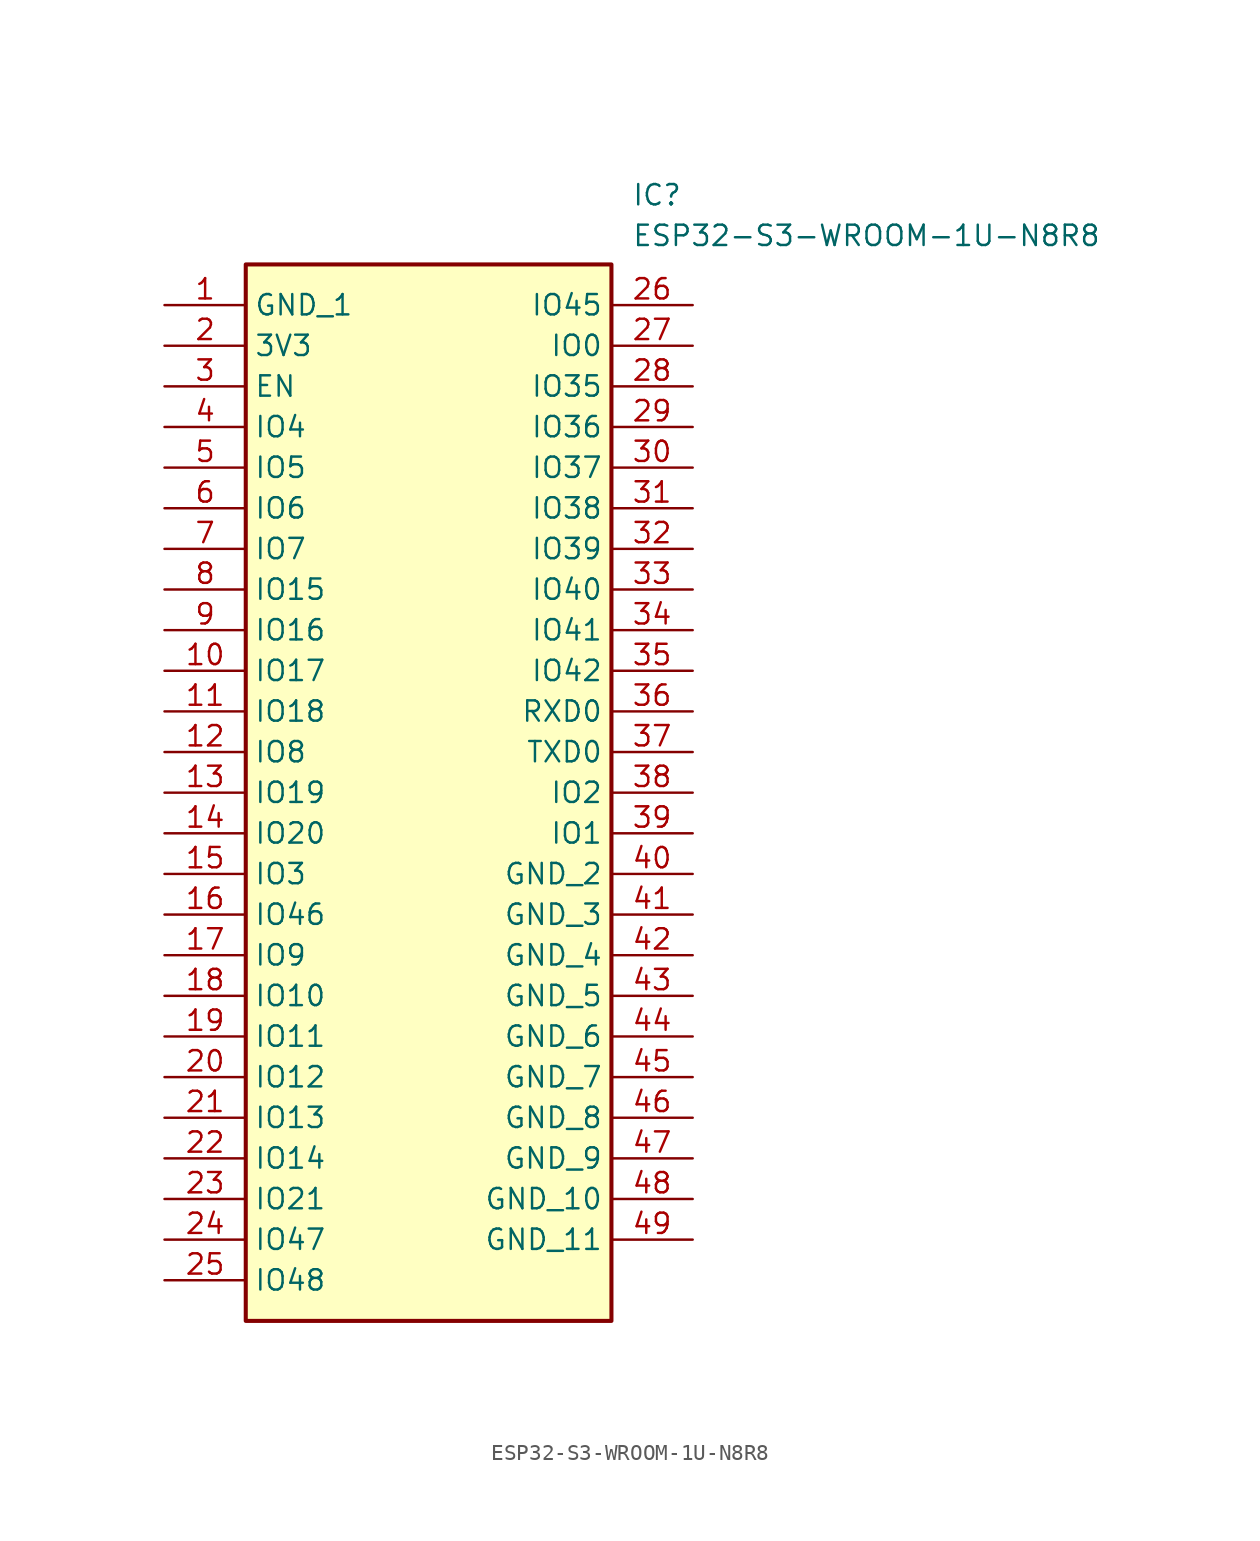
<source format=kicad_sym>
(kicad_symbol_lib
  (version 20241209)
  (generator "kicad_symbol_editor")
  (generator_version "9.0")
  (symbol "ESP32-S3-WROOM-1U-N8R8"
    (property "Reference" "IC"
      (at 29.21 7.62 0)
      (effects (font (size 1.27 1.27)) (justify left top)))
    (property "Value" "ESP32-S3-WROOM-1U-N8R8"
      (at 29.21 5.08 0)
      (effects (font (size 1.27 1.27)) (justify left top)))
    (symbol "ESP32-S3-WROOM-1U-N8R8_1_1"
      (rectangle (start 5.08 2.54) (end 27.94 -63.5) (stroke (width 0.254) (type default)) (fill (type background)))
      (pin passive line (at 0 0 0) (length 5.08) (name "GND_1" (effects (font (size 1.27 1.27)))) (number "1" (effects (font (size 1.27 1.27)))))
      (pin passive line (at 0 -2.54 0) (length 5.08) (name "3V3" (effects (font (size 1.27 1.27)))) (number "2" (effects (font (size 1.27 1.27)))))
      (pin passive line (at 0 -5.08 0) (length 5.08) (name "EN" (effects (font (size 1.27 1.27)))) (number "3" (effects (font (size 1.27 1.27)))))
      (pin passive line (at 0 -7.62 0) (length 5.08) (name "IO4" (effects (font (size 1.27 1.27)))) (number "4" (effects (font (size 1.27 1.27)))))
      (pin passive line (at 0 -10.16 0) (length 5.08) (name "IO5" (effects (font (size 1.27 1.27)))) (number "5" (effects (font (size 1.27 1.27)))))
      (pin passive line (at 0 -12.7 0) (length 5.08) (name "IO6" (effects (font (size 1.27 1.27)))) (number "6" (effects (font (size 1.27 1.27)))))
      (pin passive line (at 0 -15.24 0) (length 5.08) (name "IO7" (effects (font (size 1.27 1.27)))) (number "7" (effects (font (size 1.27 1.27)))))
      (pin passive line (at 0 -17.78 0) (length 5.08) (name "IO15" (effects (font (size 1.27 1.27)))) (number "8" (effects (font (size 1.27 1.27)))))
      (pin passive line (at 0 -20.32 0) (length 5.08) (name "IO16" (effects (font (size 1.27 1.27)))) (number "9" (effects (font (size 1.27 1.27)))))
      (pin passive line (at 0 -22.86 0) (length 5.08) (name "IO17" (effects (font (size 1.27 1.27)))) (number "10" (effects (font (size 1.27 1.27)))))
      (pin passive line (at 0 -25.4 0) (length 5.08) (name "IO18" (effects (font (size 1.27 1.27)))) (number "11" (effects (font (size 1.27 1.27)))))
      (pin passive line (at 0 -27.94 0) (length 5.08) (name "IO8" (effects (font (size 1.27 1.27)))) (number "12" (effects (font (size 1.27 1.27)))))
      (pin passive line (at 0 -30.48 0) (length 5.08) (name "IO19" (effects (font (size 1.27 1.27)))) (number "13" (effects (font (size 1.27 1.27)))))
      (pin passive line (at 0 -33.02 0) (length 5.08) (name "IO20" (effects (font (size 1.27 1.27)))) (number "14" (effects (font (size 1.27 1.27)))))
      (pin passive line (at 0 -35.56 0) (length 5.08) (name "IO3" (effects (font (size 1.27 1.27)))) (number "15" (effects (font (size 1.27 1.27)))))
      (pin passive line (at 0 -38.1 0) (length 5.08) (name "IO46" (effects (font (size 1.27 1.27)))) (number "16" (effects (font (size 1.27 1.27)))))
      (pin passive line (at 0 -40.64 0) (length 5.08) (name "IO9" (effects (font (size 1.27 1.27)))) (number "17" (effects (font (size 1.27 1.27)))))
      (pin passive line (at 0 -43.18 0) (length 5.08) (name "IO10" (effects (font (size 1.27 1.27)))) (number "18" (effects (font (size 1.27 1.27)))))
      (pin passive line (at 0 -45.72 0) (length 5.08) (name "IO11" (effects (font (size 1.27 1.27)))) (number "19" (effects (font (size 1.27 1.27)))))
      (pin passive line (at 0 -48.26 0) (length 5.08) (name "IO12" (effects (font (size 1.27 1.27)))) (number "20" (effects (font (size 1.27 1.27)))))
      (pin passive line (at 0 -50.8 0) (length 5.08) (name "IO13" (effects (font (size 1.27 1.27)))) (number "21" (effects (font (size 1.27 1.27)))))
      (pin passive line (at 0 -53.34 0) (length 5.08) (name "IO14" (effects (font (size 1.27 1.27)))) (number "22" (effects (font (size 1.27 1.27)))))
      (pin passive line (at 0 -55.88 0) (length 5.08) (name "IO21" (effects (font (size 1.27 1.27)))) (number "23" (effects (font (size 1.27 1.27)))))
      (pin passive line (at 0 -58.42 0) (length 5.08) (name "IO47" (effects (font (size 1.27 1.27)))) (number "24" (effects (font (size 1.27 1.27)))))
      (pin passive line (at 0 -60.96 0) (length 5.08) (name "IO48" (effects (font (size 1.27 1.27)))) (number "25" (effects (font (size 1.27 1.27)))))
      (pin passive line (at 33.02 0 180) (length 5.08) (name "IO45" (effects (font (size 1.27 1.27)))) (number "26" (effects (font (size 1.27 1.27)))))
      (pin passive line (at 33.02 -2.54 180) (length 5.08) (name "IO0" (effects (font (size 1.27 1.27)))) (number "27" (effects (font (size 1.27 1.27)))))
      (pin passive line (at 33.02 -5.08 180) (length 5.08) (name "IO35" (effects (font (size 1.27 1.27)))) (number "28" (effects (font (size 1.27 1.27)))))
      (pin passive line (at 33.02 -7.62 180) (length 5.08) (name "IO36" (effects (font (size 1.27 1.27)))) (number "29" (effects (font (size 1.27 1.27)))))
      (pin passive line (at 33.02 -10.16 180) (length 5.08) (name "IO37" (effects (font (size 1.27 1.27)))) (number "30" (effects (font (size 1.27 1.27)))))
      (pin passive line (at 33.02 -12.7 180) (length 5.08) (name "IO38" (effects (font (size 1.27 1.27)))) (number "31" (effects (font (size 1.27 1.27)))))
      (pin passive line (at 33.02 -15.24 180) (length 5.08) (name "IO39" (effects (font (size 1.27 1.27)))) (number "32" (effects (font (size 1.27 1.27)))))
      (pin passive line (at 33.02 -17.78 180) (length 5.08) (name "IO40" (effects (font (size 1.27 1.27)))) (number "33" (effects (font (size 1.27 1.27)))))
      (pin passive line (at 33.02 -20.32 180) (length 5.08) (name "IO41" (effects (font (size 1.27 1.27)))) (number "34" (effects (font (size 1.27 1.27)))))
      (pin passive line (at 33.02 -22.86 180) (length 5.08) (name "IO42" (effects (font (size 1.27 1.27)))) (number "35" (effects (font (size 1.27 1.27)))))
      (pin passive line (at 33.02 -25.4 180) (length 5.08) (name "RXD0" (effects (font (size 1.27 1.27)))) (number "36" (effects (font (size 1.27 1.27)))))
      (pin passive line (at 33.02 -27.94 180) (length 5.08) (name "TXD0" (effects (font (size 1.27 1.27)))) (number "37" (effects (font (size 1.27 1.27)))))
      (pin passive line (at 33.02 -30.48 180) (length 5.08) (name "IO2" (effects (font (size 1.27 1.27)))) (number "38" (effects (font (size 1.27 1.27)))))
      (pin passive line (at 33.02 -33.02 180) (length 5.08) (name "IO1" (effects (font (size 1.27 1.27)))) (number "39" (effects (font (size 1.27 1.27)))))
      (pin passive line (at 33.02 -35.56 180) (length 5.08) (name "GND_2" (effects (font (size 1.27 1.27)))) (number "40" (effects (font (size 1.27 1.27)))))
      (pin passive line (at 33.02 -38.1 180) (length 5.08) (name "GND_3" (effects (font (size 1.27 1.27)))) (number "41" (effects (font (size 1.27 1.27)))))
      (pin passive line (at 33.02 -40.64 180) (length 5.08) (name "GND_4" (effects (font (size 1.27 1.27)))) (number "42" (effects (font (size 1.27 1.27)))))
      (pin passive line (at 33.02 -43.18 180) (length 5.08) (name "GND_5" (effects (font (size 1.27 1.27)))) (number "43" (effects (font (size 1.27 1.27)))))
      (pin passive line (at 33.02 -45.72 180) (length 5.08) (name "GND_6" (effects (font (size 1.27 1.27)))) (number "44" (effects (font (size 1.27 1.27)))))
      (pin passive line (at 33.02 -48.26 180) (length 5.08) (name "GND_7" (effects (font (size 1.27 1.27)))) (number "45" (effects (font (size 1.27 1.27)))))
      (pin passive line (at 33.02 -50.8 180) (length 5.08) (name "GND_8" (effects (font (size 1.27 1.27)))) (number "46" (effects (font (size 1.27 1.27)))))
      (pin passive line (at 33.02 -53.34 180) (length 5.08) (name "GND_9" (effects (font (size 1.27 1.27)))) (number "47" (effects (font (size 1.27 1.27)))))
      (pin passive line (at 33.02 -55.88 180) (length 5.08) (name "GND_10" (effects (font (size 1.27 1.27)))) (number "48" (effects (font (size 1.27 1.27)))))
      (pin passive line (at 33.02 -58.42 180) (length 5.08) (name "GND_11" (effects (font (size 1.27 1.27)))) (number "49" (effects (font (size 1.27 1.27))))))))
</source>
